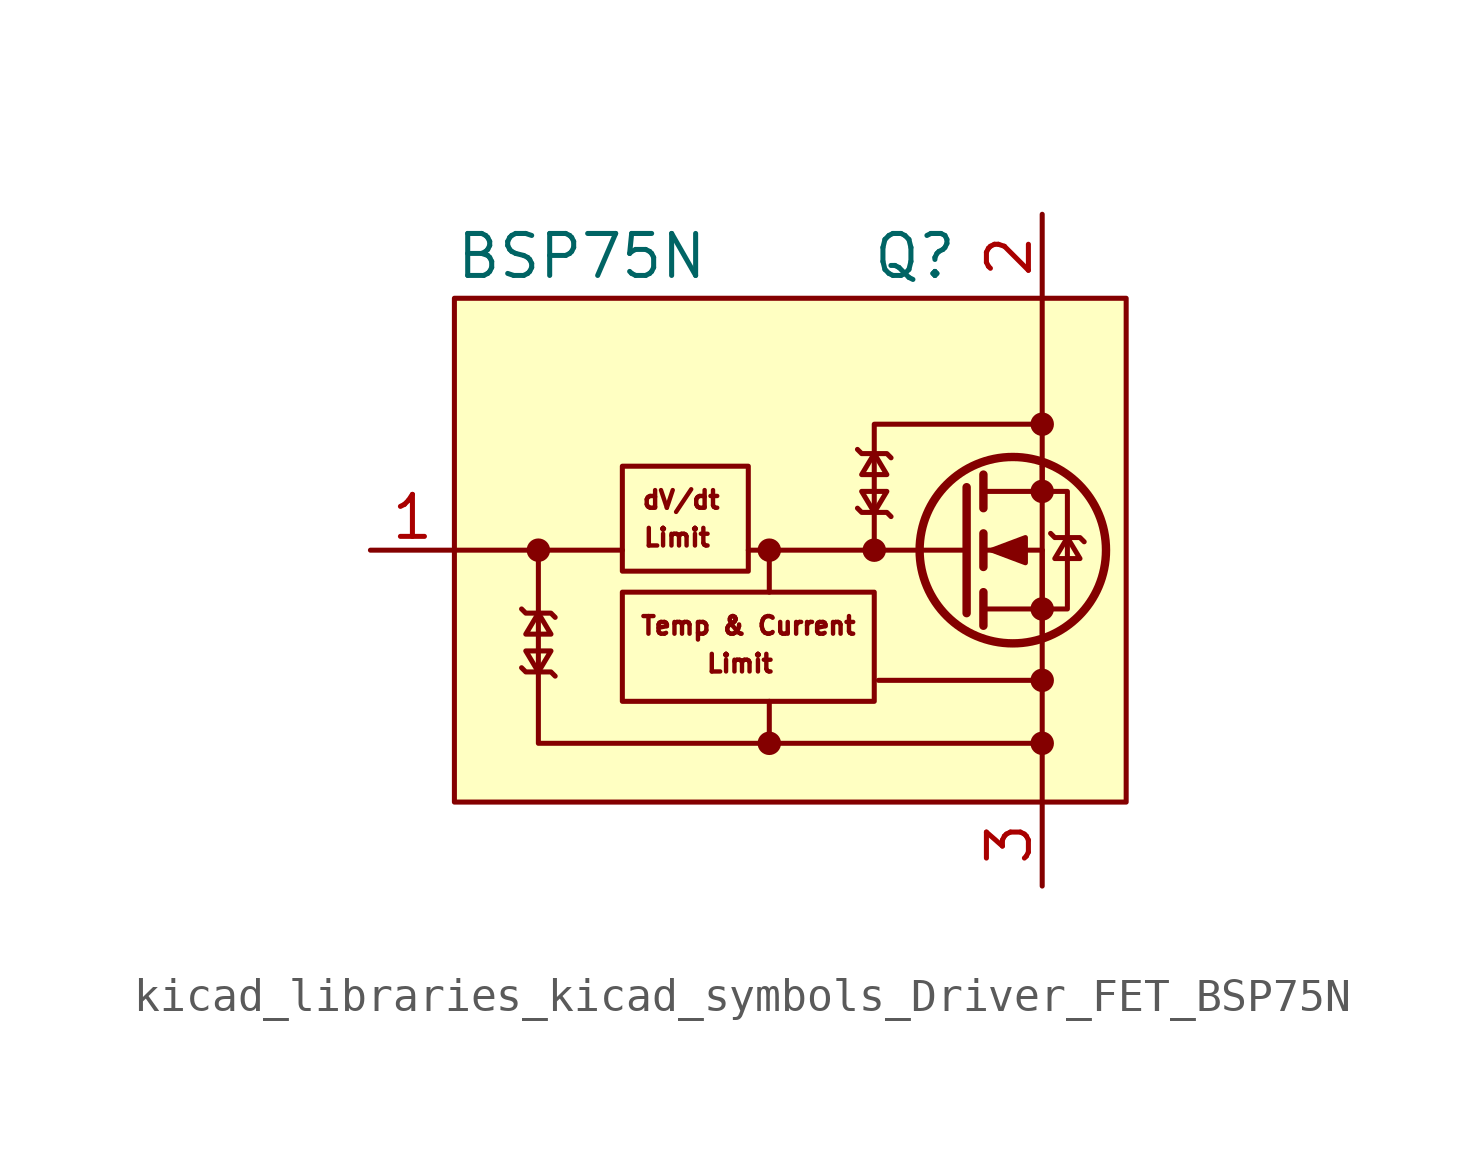
<source format=kicad_sym>
(kicad_symbol_lib
  (version 20220914)
  (generator kicad_symbol_editor)
  (symbol "kicad_libraries_kicad_symbols_Driver_FET_BSP75N"
    (pin_names
      (offset 0) hide)
    (property "Reference" "Q"
      (at 5.08 8.89 0)
      (effects (font (size 1.27 1.27)) (justify right)))
    (property "Value" "BSP75N"
      (at -10.16 8.89 0)
      (effects (font (size 1.27 1.27)) (justify left)))
    (symbol "kicad_libraries_kicad_symbols_Driver_FET_BSP75N_0_0"
      (rectangle (start -10.16 7.62) (end 10.16 -7.62) (stroke (width 0) (type default)) (fill (type background)))
      (polyline (pts (xy 7.62 2.54) (xy 7.62 -7.62)) (stroke (width 0) (type default)) (fill (type none)))
      (polyline (pts (xy 7.62 2.54) (xy 7.62 7.62)) (stroke (width 0) (type default)) (fill (type none)))
      (polyline (pts (xy -0.635 -1.27) (xy -0.635 -0.635) (xy -0.635 0)) (stroke (width 0) (type default)) (fill (type none)))
      (polyline (pts (xy 2.54 0) (xy 2.54 3.81) (xy 7.62 3.81)) (stroke (width 0) (type default)) (fill (type none)))
      (polyline (pts (xy 7.62 -5.842) (xy -0.635 -5.842) (xy -0.635 -4.572)) (stroke (width 0) (type default)) (fill (type none)))
      (polyline (pts (xy -0.635 -5.842) (xy -7.62 -5.842) (xy -7.62 0) (xy -5.08 0)) (stroke (width 0) (type default)) (fill (type none)))
      (text "Limit" (at -1.524 -3.429 0) (effects (font (size 0.533 0.533))))
      (text "Temp & Current" (at -1.27 -2.286 0) (effects (font (size 0.533 0.533)))))
    (symbol "kicad_libraries_kicad_symbols_Driver_FET_BSP75N_0_1"
      (rectangle (start -5.08 -1.27) (end 2.54 -4.572) (stroke (width 0) (type default)) (fill (type none)))
      (polyline (pts (xy -7.62 0) (xy -10.16 0)) (stroke (width 0) (type default)) (fill (type none)))
      (polyline (pts (xy 7.62 -3.937) (xy 2.667 -3.937)) (stroke (width 0) (type default)) (fill (type none))))
    (symbol "kicad_libraries_kicad_symbols_Driver_FET_BSP75N_1_1"
      (circle (center -7.62 0) (radius 0.279) (stroke (width 0) (type default)) (fill (type outline)))
      (rectangle (start -5.08 2.54) (end -1.27 -0.635) (stroke (width 0) (type default)) (fill (type none)))
      (circle (center -0.635 -5.842) (radius 0.279) (stroke (width 0) (type default)) (fill (type outline)))
      (circle (center -0.635 0) (radius 0.279) (stroke (width 0) (type default)) (fill (type outline)))
      (polyline (pts (xy 2.54 0) (xy -1.27 0)) (stroke (width 0) (type default)) (fill (type none)))
      (polyline (pts (xy 2.54 0) (xy 5.334 0)) (stroke (width 0) (type default)) (fill (type none)))
      (polyline (pts (xy 5.842 -1.778) (xy 7.62 -1.778)) (stroke (width 0) (type default)) (fill (type none)))
      (polyline (pts (xy 5.842 -1.27) (xy 5.842 -2.286)) (stroke (width 0.254) (type default)) (fill (type none)))
      (polyline (pts (xy 5.842 0) (xy 7.62 0)) (stroke (width 0) (type default)) (fill (type none)))
      (polyline (pts (xy 5.842 0.508) (xy 5.842 -0.508)) (stroke (width 0.254) (type default)) (fill (type none)))
      (polyline (pts (xy 5.842 1.778) (xy 7.62 1.778)) (stroke (width 0) (type default)) (fill (type none)))
      (polyline (pts (xy 5.842 2.286) (xy 5.842 1.27)) (stroke (width 0.254) (type default)) (fill (type none)))
      (polyline (pts (xy 7.62 -1.778) (xy 7.62 -2.54)) (stroke (width 0) (type default)) (fill (type none)))
      (polyline (pts (xy 7.62 -1.778) (xy 7.62 0)) (stroke (width 0) (type default)) (fill (type none)))
      (polyline (pts (xy 7.62 2.54) (xy 7.62 1.778)) (stroke (width 0) (type default)) (fill (type none)))
      (polyline (pts (xy 5.334 1.905) (xy 5.334 -1.905) (xy 5.334 -1.905)) (stroke (width 0.254) (type default)) (fill (type none)))
      (polyline (pts (xy -8.128 -1.778) (xy -8.001 -1.905) (xy -7.239 -1.905) (xy -7.112 -2.032)) (stroke (width 0) (type default)) (fill (type none)))
      (polyline (pts (xy -7.62 -3.683) (xy -7.239 -3.048) (xy -8.001 -3.048) (xy -7.62 -3.683)) (stroke (width 0) (type default)) (fill (type none)))
      (polyline (pts (xy -7.62 -1.905) (xy -8.001 -2.54) (xy -7.239 -2.54) (xy -7.62 -1.905)) (stroke (width 0) (type default)) (fill (type none)))
      (polyline (pts (xy -7.112 -3.81) (xy -7.239 -3.683) (xy -8.001 -3.683) (xy -8.128 -3.556)) (stroke (width 0) (type default)) (fill (type none)))
      (polyline (pts (xy 2.032 3.048) (xy 2.159 2.921) (xy 2.921 2.921) (xy 3.048 2.794)) (stroke (width 0) (type default)) (fill (type none)))
      (polyline (pts (xy 2.54 1.143) (xy 2.921 1.778) (xy 2.159 1.778) (xy 2.54 1.143)) (stroke (width 0) (type default)) (fill (type none)))
      (polyline (pts (xy 2.54 2.921) (xy 2.159 2.286) (xy 2.921 2.286) (xy 2.54 2.921)) (stroke (width 0) (type default)) (fill (type none)))
      (polyline (pts (xy 3.048 1.016) (xy 2.921 1.143) (xy 2.159 1.143) (xy 2.032 1.27)) (stroke (width 0) (type default)) (fill (type none)))
      (polyline (pts (xy 6.096 0) (xy 7.112 0.381) (xy 7.112 -0.381) (xy 6.096 0)) (stroke (width 0) (type default)) (fill (type outline)))
      (polyline (pts (xy 7.62 -1.778) (xy 8.382 -1.778) (xy 8.382 1.778) (xy 7.62 1.778)) (stroke (width 0) (type default)) (fill (type none)))
      (polyline (pts (xy 7.874 0.508) (xy 8.001 0.381) (xy 8.763 0.381) (xy 8.89 0.254)) (stroke (width 0) (type default)) (fill (type none)))
      (polyline (pts (xy 8.382 0.381) (xy 8.001 -0.254) (xy 8.763 -0.254) (xy 8.382 0.381)) (stroke (width 0) (type default)) (fill (type none)))
      (circle (center 2.54 0) (radius 0.279) (stroke (width 0) (type default)) (fill (type outline)))
      (circle (center 6.731 0) (radius 2.819) (stroke (width 0.254) (type default)) (fill (type none)))
      (circle (center 7.62 -5.842) (radius 0.279) (stroke (width 0) (type default)) (fill (type outline)))
      (circle (center 7.62 -3.937) (radius 0.279) (stroke (width 0) (type default)) (fill (type outline)))
      (circle (center 7.62 -1.778) (radius 0.279) (stroke (width 0) (type default)) (fill (type outline)))
      (circle (center 7.62 1.778) (radius 0.279) (stroke (width 0) (type default)) (fill (type outline)))
      (circle (center 7.62 3.81) (radius 0.279) (stroke (width 0) (type default)) (fill (type outline)))
      (text "dV/dt" (at -3.302 1.524 0) (effects (font (size 0.533 0.533))))
      (text "Limit" (at -3.429 0.381 0) (effects (font (size 0.533 0.533))))
      (pin input line (at -12.7 0 0) (length 2.54) (name "G" (effects (font (size 1.27 1.27)))) (number "1" (effects (font (size 1.27 1.27)))))
      (pin passive line (at 7.62 10.16 270) (length 2.54) (name "D" (effects (font (size 1.27 1.27)))) (number "2" (effects (font (size 1.27 1.27)))))
      (pin passive line (at 7.62 -10.16 90) (length 2.54) (name "S" (effects (font (size 1.27 1.27)))) (number "3" (effects (font (size 1.27 1.27)))))
      (pin passive line (at 7.62 -10.16 90) (length 2.54) hide (name "S" (effects (font (size 1.27 1.27)))) (number "4" (effects (font (size 1.27 1.27))))))))
</source>
